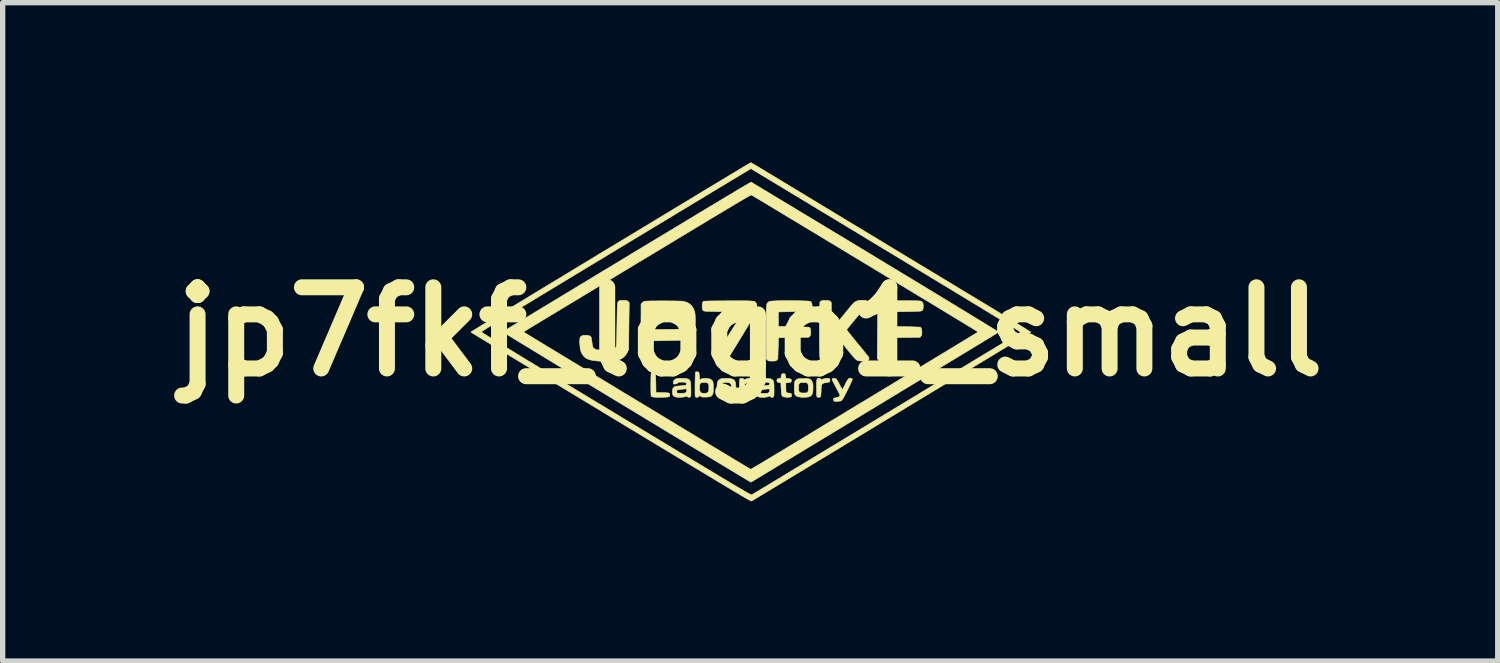
<source format=kicad_pcb>
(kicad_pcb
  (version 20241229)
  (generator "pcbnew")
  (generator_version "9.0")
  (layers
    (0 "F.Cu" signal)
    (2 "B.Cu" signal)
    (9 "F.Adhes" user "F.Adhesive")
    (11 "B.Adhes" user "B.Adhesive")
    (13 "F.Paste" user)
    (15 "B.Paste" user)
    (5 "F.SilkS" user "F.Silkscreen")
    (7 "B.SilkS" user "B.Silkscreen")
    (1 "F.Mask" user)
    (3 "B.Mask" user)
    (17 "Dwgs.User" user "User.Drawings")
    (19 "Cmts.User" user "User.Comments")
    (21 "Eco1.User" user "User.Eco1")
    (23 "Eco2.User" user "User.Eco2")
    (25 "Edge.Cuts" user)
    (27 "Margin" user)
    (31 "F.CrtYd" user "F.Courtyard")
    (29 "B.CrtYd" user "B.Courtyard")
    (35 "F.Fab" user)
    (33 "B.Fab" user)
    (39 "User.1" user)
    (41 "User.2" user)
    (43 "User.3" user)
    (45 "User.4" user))
  (footprint "jp7fkf_logo1_small"
    (layer "F.Cu")
    (at 11.038 3.18)
    (property "Reference" "jp7fkf_logo1_small" (at 0 0 0) (layer "F.SilkS") (effects (font (size 1.524 1.524) (thickness 0.3))))
    (attr through_hole)
    (fp_poly (pts (xy 0.022 0.873) (xy 0.038 0.876) (xy 0.041 0.879) (xy 0.05 0.895) (xy 0.052 0.915) (xy 0.048 0.932) (xy 0.047 0.933) (xy 0.035 0.941) (xy 0.011 0.948) (xy -0.021 0.955) (xy -0.051 0.961) (xy -0.074 0.967) (xy -0.09 0.976) (xy -0.101 0.99) (xy -0.108 1.011) (xy -0.111 1.041) (xy -0.114 1.082) (xy -0.115 1.108) (xy -0.116 1.145) (xy -0.118 1.178) (xy -0.121 1.203) (xy -0.123 1.218) (xy -0.124 1.221) (xy -0.14 1.228) (xy -0.161 1.231) (xy -0.181 1.228) (xy -0.188 1.223) (xy -0.193 1.215) (xy -0.196 1.2) (xy -0.199 1.175) (xy -0.2 1.157) (xy -0.202 1.109) (xy -0.204 1.058) (xy -0.204 1.008) (xy -0.202 0.962) (xy -0.2 0.925) (xy -0.199 0.914) (xy -0.194 0.878) (xy -0.165 0.876) (xy -0.142 0.877) (xy -0.127 0.885) (xy -0.124 0.888) (xy -0.116 0.896) (xy -0.109 0.898) (xy -0.096 0.895) (xy -0.08 0.888) (xy -0.057 0.88) (xy -0.029 0.875) (xy -0.002 0.872) (xy 0.022 0.873)) (stroke (width 0.01) (type solid)) (fill yes) (layer "F.SilkS"))
    (fp_poly (pts (xy -1.803 0.755) (xy -1.787 0.759) (xy -1.783 0.761) (xy -1.781 0.77) (xy -1.779 0.792) (xy -1.777 0.824) (xy -1.775 0.866) (xy -1.773 0.916) (xy -1.772 0.956) (xy -1.769 1.143) (xy -1.669 1.143) (xy -1.631 1.144) (xy -1.595 1.145) (xy -1.565 1.147) (xy -1.544 1.148) (xy -1.542 1.149) (xy -1.524 1.153) (xy -1.515 1.16) (xy -1.512 1.174) (xy -1.511 1.183) (xy -1.511 1.204) (xy -1.516 1.215) (xy -1.524 1.22) (xy -1.537 1.224) (xy -1.561 1.226) (xy -1.594 1.229) (xy -1.632 1.23) (xy -1.674 1.231) (xy -1.715 1.232) (xy -1.753 1.231) (xy -1.786 1.229) (xy -1.794 1.229) (xy -1.821 1.225) (xy -1.843 1.22) (xy -1.856 1.215) (xy -1.857 1.215) (xy -1.86 1.205) (xy -1.862 1.184) (xy -1.864 1.153) (xy -1.865 1.113) (xy -1.866 1.069) (xy -1.866 1.021) (xy -1.866 0.971) (xy -1.865 0.922) (xy -1.865 0.876) (xy -1.863 0.835) (xy -1.862 0.801) (xy -1.86 0.775) (xy -1.857 0.762) (xy -1.856 0.76) (xy -1.844 0.755) (xy -1.824 0.753) (xy -1.803 0.755)) (stroke (width 0.01) (type solid)) (fill yes) (layer "F.SilkS"))
    (fp_poly (pts (xy 1.313 0.878) (xy 1.325 0.887) (xy 1.326 0.889) (xy 1.331 0.897) (xy 1.338 0.899) (xy 1.35 0.895) (xy 1.364 0.889) (xy 1.403 0.878) (xy 1.441 0.875) (xy 1.467 0.875) (xy 1.482 0.878) (xy 1.491 0.882) (xy 1.495 0.89) (xy 1.498 0.908) (xy 1.497 0.925) (xy 1.493 0.938) (xy 1.484 0.945) (xy 1.465 0.949) (xy 1.421 0.956) (xy 1.388 0.962) (xy 1.365 0.971) (xy 1.35 0.984) (xy 1.341 1.003) (xy 1.336 1.03) (xy 1.333 1.067) (xy 1.332 1.107) (xy 1.33 1.144) (xy 1.328 1.177) (xy 1.325 1.203) (xy 1.323 1.218) (xy 1.322 1.221) (xy 1.305 1.229) (xy 1.284 1.232) (xy 1.264 1.228) (xy 1.26 1.226) (xy 1.256 1.222) (xy 1.252 1.215) (xy 1.25 1.205) (xy 1.248 1.189) (xy 1.247 1.166) (xy 1.246 1.133) (xy 1.246 1.089) (xy 1.246 1.057) (xy 1.246 1.002) (xy 1.246 0.959) (xy 1.248 0.927) (xy 1.25 0.904) (xy 1.255 0.89) (xy 1.261 0.881) (xy 1.27 0.876) (xy 1.283 0.875) (xy 1.292 0.875) (xy 1.313 0.878)) (stroke (width 0.01) (type solid)) (fill yes) (layer "F.SilkS"))
    (fp_poly (pts (xy 0.641 0.788) (xy 0.649 0.791) (xy 0.655 0.798) (xy 0.66 0.812) (xy 0.664 0.835) (xy 0.667 0.848) (xy 0.671 0.873) (xy 0.717 0.879) (xy 0.749 0.885) (xy 0.768 0.894) (xy 0.776 0.907) (xy 0.774 0.925) (xy 0.772 0.929) (xy 0.761 0.946) (xy 0.748 0.951) (xy 0.729 0.953) (xy 0.706 0.956) (xy 0.7 0.957) (xy 0.67 0.96) (xy 0.67 1.047) (xy 0.671 1.089) (xy 0.673 1.118) (xy 0.676 1.135) (xy 0.679 1.141) (xy 0.691 1.146) (xy 0.711 1.15) (xy 0.726 1.152) (xy 0.749 1.156) (xy 0.765 1.16) (xy 0.771 1.163) (xy 0.776 1.175) (xy 0.777 1.193) (xy 0.776 1.211) (xy 0.772 1.22) (xy 0.761 1.225) (xy 0.74 1.228) (xy 0.715 1.231) (xy 0.69 1.231) (xy 0.674 1.23) (xy 0.635 1.223) (xy 0.608 1.212) (xy 0.594 1.197) (xy 0.594 1.196) (xy 0.591 1.183) (xy 0.588 1.159) (xy 0.585 1.127) (xy 0.582 1.089) (xy 0.581 1.07) (xy 0.576 0.961) (xy 0.548 0.956) (xy 0.522 0.95) (xy 0.507 0.94) (xy 0.501 0.923) (xy 0.501 0.913) (xy 0.505 0.893) (xy 0.519 0.88) (xy 0.544 0.875) (xy 0.553 0.875) (xy 0.57 0.874) (xy 0.577 0.868) (xy 0.579 0.853) (xy 0.579 0.851) (xy 0.583 0.818) (xy 0.595 0.796) (xy 0.614 0.786) (xy 0.641 0.788)) (stroke (width 0.01) (type solid)) (fill yes) (layer "F.SilkS"))
    (fp_poly (pts (xy 1.905 0.877) (xy 1.917 0.887) (xy 1.919 0.895) (xy 1.916 0.905) (xy 1.907 0.925) (xy 1.894 0.954) (xy 1.878 0.99) (xy 1.859 1.029) (xy 1.838 1.072) (xy 1.817 1.114) (xy 1.796 1.155) (xy 1.777 1.192) (xy 1.76 1.223) (xy 1.749 1.243) (xy 1.734 1.267) (xy 1.719 1.286) (xy 1.707 1.297) (xy 1.705 1.298) (xy 1.687 1.302) (xy 1.66 1.305) (xy 1.631 1.308) (xy 1.605 1.308) (xy 1.589 1.307) (xy 1.573 1.298) (xy 1.564 1.281) (xy 1.564 1.262) (xy 1.566 1.256) (xy 1.58 1.245) (xy 1.606 1.239) (xy 1.607 1.238) (xy 1.646 1.23) (xy 1.673 1.215) (xy 1.682 1.205) (xy 1.685 1.195) (xy 1.682 1.182) (xy 1.674 1.162) (xy 1.665 1.145) (xy 1.631 1.082) (xy 1.604 1.03) (xy 1.582 0.989) (xy 1.566 0.956) (xy 1.553 0.932) (xy 1.545 0.914) (xy 1.54 0.901) (xy 1.538 0.893) (xy 1.538 0.888) (xy 1.539 0.884) (xy 1.541 0.882) (xy 1.559 0.875) (xy 1.583 0.874) (xy 1.605 0.879) (xy 1.616 0.887) (xy 1.624 0.897) (xy 1.637 0.918) (xy 1.653 0.946) (xy 1.671 0.978) (xy 1.676 0.988) (xy 1.693 1.02) (xy 1.708 1.048) (xy 1.721 1.069) (xy 1.728 1.081) (xy 1.729 1.083) (xy 1.734 1.079) (xy 1.745 1.064) (xy 1.759 1.039) (xy 1.776 1.004) (xy 1.778 1.001) (xy 1.799 0.957) (xy 1.816 0.924) (xy 1.831 0.901) (xy 1.843 0.886) (xy 1.854 0.877) (xy 1.866 0.872) (xy 1.886 0.871) (xy 1.905 0.877)) (stroke (width 0.01) (type solid)) (fill yes) (layer "F.SilkS"))
    (fp_poly (pts (xy -0.395 0.877) (xy -0.351 0.883) (xy -0.319 0.896) (xy -0.295 0.916) (xy -0.28 0.944) (xy -0.271 0.983) (xy -0.269 1.033) (xy -0.269 1.077) (xy -0.273 1.122) (xy -0.278 1.155) (xy -0.287 1.18) (xy -0.3 1.197) (xy -0.318 1.209) (xy -0.327 1.213) (xy -0.353 1.221) (xy -0.39 1.227) (xy -0.431 1.23) (xy -0.473 1.231) (xy -0.512 1.228) (xy -0.518 1.228) (xy -0.552 1.221) (xy -0.579 1.209) (xy -0.598 1.19) (xy -0.611 1.163) (xy -0.619 1.127) (xy -0.622 1.079) (xy -0.623 1.054) (xy -0.536 1.054) (xy -0.536 1.085) (xy -0.535 1.106) (xy -0.532 1.119) (xy -0.527 1.127) (xy -0.518 1.135) (xy -0.518 1.135) (xy -0.505 1.143) (xy -0.489 1.148) (xy -0.466 1.15) (xy -0.443 1.15) (xy -0.414 1.15) (xy -0.395 1.148) (xy -0.383 1.143) (xy -0.373 1.135) (xy -0.37 1.133) (xy -0.362 1.123) (xy -0.356 1.112) (xy -0.354 1.096) (xy -0.353 1.072) (xy -0.353 1.055) (xy -0.353 1.025) (xy -0.355 1.005) (xy -0.358 0.992) (xy -0.365 0.982) (xy -0.373 0.973) (xy -0.385 0.963) (xy -0.397 0.956) (xy -0.412 0.953) (xy -0.436 0.953) (xy -0.448 0.953) (xy -0.476 0.953) (xy -0.495 0.955) (xy -0.507 0.96) (xy -0.518 0.969) (xy -0.519 0.97) (xy -0.527 0.979) (xy -0.532 0.989) (xy -0.535 1.004) (xy -0.536 1.027) (xy -0.536 1.054) (xy -0.623 1.054) (xy -0.623 1.052) (xy -0.622 1.004) (xy -0.619 0.967) (xy -0.612 0.939) (xy -0.602 0.919) (xy -0.586 0.904) (xy -0.565 0.891) (xy -0.565 0.891) (xy -0.549 0.884) (xy -0.533 0.879) (xy -0.513 0.876) (xy -0.485 0.875) (xy -0.45 0.875) (xy -0.395 0.877)) (stroke (width 0.01) (type solid)) (fill yes) (layer "F.SilkS"))
    (fp_poly (pts (xy 1.048 0.879) (xy 1.083 0.881) (xy 1.109 0.885) (xy 1.127 0.893) (xy 1.141 0.905) (xy 1.153 0.922) (xy 1.164 0.942) (xy 1.171 0.958) (xy 1.176 0.974) (xy 1.179 0.993) (xy 1.18 1.019) (xy 1.18 1.055) (xy 1.18 1.056) (xy 1.178 1.108) (xy 1.171 1.149) (xy 1.16 1.179) (xy 1.142 1.201) (xy 1.122 1.214) (xy 1.093 1.224) (xy 1.053 1.229) (xy 1.004 1.231) (xy 0.95 1.229) (xy 0.948 1.228) (xy 0.909 1.223) (xy 0.879 1.214) (xy 0.858 1.2) (xy 0.841 1.18) (xy 0.837 1.171) (xy 0.833 1.158) (xy 0.831 1.14) (xy 0.83 1.114) (xy 0.829 1.077) (xy 0.829 1.054) (xy 0.829 1.051) (xy 0.91 1.051) (xy 0.91 1.082) (xy 0.912 1.103) (xy 0.915 1.116) (xy 0.921 1.126) (xy 0.927 1.133) (xy 0.937 1.141) (xy 0.949 1.146) (xy 0.965 1.149) (xy 0.989 1.15) (xy 1.005 1.15) (xy 1.038 1.149) (xy 1.06 1.147) (xy 1.072 1.142) (xy 1.075 1.139) (xy 1.086 1.12) (xy 1.092 1.088) (xy 1.093 1.043) (xy 1.092 1.029) (xy 1.089 0.997) (xy 1.082 0.975) (xy 1.069 0.962) (xy 1.047 0.955) (xy 1.014 0.953) (xy 1.001 0.953) (xy 0.972 0.953) (xy 0.953 0.955) (xy 0.94 0.959) (xy 0.93 0.967) (xy 0.927 0.97) (xy 0.919 0.979) (xy 0.914 0.99) (xy 0.911 1.005) (xy 0.91 1.028) (xy 0.91 1.051) (xy 0.829 1.051) (xy 0.829 1.012) (xy 0.83 0.982) (xy 0.831 0.961) (xy 0.834 0.946) (xy 0.838 0.936) (xy 0.843 0.927) (xy 0.844 0.927) (xy 0.858 0.909) (xy 0.871 0.896) (xy 0.886 0.888) (xy 0.906 0.882) (xy 0.933 0.88) (xy 0.97 0.879) (xy 1.002 0.878) (xy 1.048 0.879)) (stroke (width 0.01) (type solid)) (fill yes) (layer "F.SilkS"))
    (fp_poly (pts (xy -2.353 -0.589) (xy -2.331 -0.588) (xy -2.317 -0.585) (xy -2.307 -0.58) (xy -2.297 -0.572) (xy -2.293 -0.568) (xy -2.272 -0.547) (xy -2.283 0.335) (xy -2.309 0.389) (xy -2.341 0.441) (xy -2.381 0.482) (xy -2.43 0.513) (xy -2.488 0.533) (xy -2.54 0.543) (xy -2.6 0.548) (xy -2.669 0.551) (xy -2.742 0.553) (xy -2.813 0.552) (xy -2.85 0.55) (xy -2.926 0.543) (xy -2.99 0.532) (xy -3.042 0.516) (xy -3.086 0.494) (xy -3.121 0.465) (xy -3.149 0.429) (xy -3.164 0.404) (xy -3.177 0.373) (xy -3.186 0.339) (xy -3.194 0.298) (xy -3.199 0.247) (xy -3.2 0.225) (xy -3.202 0.174) (xy -3.2 0.135) (xy -3.193 0.107) (xy -3.179 0.088) (xy -3.159 0.075) (xy -3.131 0.068) (xy -3.103 0.065) (xy -3.056 0.066) (xy -3.02 0.075) (xy -2.995 0.092) (xy -2.989 0.1) (xy -2.985 0.114) (xy -2.979 0.138) (xy -2.974 0.17) (xy -2.971 0.198) (xy -2.966 0.24) (xy -2.961 0.27) (xy -2.952 0.292) (xy -2.94 0.308) (xy -2.924 0.321) (xy -2.91 0.328) (xy -2.899 0.333) (xy -2.888 0.336) (xy -2.872 0.339) (xy -2.852 0.341) (xy -2.824 0.342) (xy -2.786 0.342) (xy -2.738 0.342) (xy -2.688 0.342) (xy -2.651 0.342) (xy -2.623 0.341) (xy -2.603 0.339) (xy -2.588 0.337) (xy -2.577 0.333) (xy -2.566 0.328) (xy -2.565 0.327) (xy -2.552 0.321) (xy -2.542 0.315) (xy -2.533 0.307) (xy -2.526 0.298) (xy -2.521 0.285) (xy -2.516 0.268) (xy -2.513 0.244) (xy -2.51 0.214) (xy -2.509 0.175) (xy -2.507 0.127) (xy -2.506 0.068) (xy -2.505 -0.002) (xy -2.504 -0.067) (xy -2.502 -0.161) (xy -2.501 -0.242) (xy -2.5 -0.311) (xy -2.499 -0.368) (xy -2.498 -0.416) (xy -2.496 -0.455) (xy -2.495 -0.486) (xy -2.494 -0.51) (xy -2.492 -0.528) (xy -2.49 -0.542) (xy -2.487 -0.551) (xy -2.484 -0.558) (xy -2.481 -0.563) (xy -2.477 -0.567) (xy -2.474 -0.57) (xy -2.465 -0.579) (xy -2.455 -0.584) (xy -2.441 -0.587) (xy -2.421 -0.589) (xy -2.391 -0.589) (xy -2.385 -0.589) (xy -2.353 -0.589)) (stroke (width 0.01) (type solid)) (fill yes) (layer "F.SilkS"))
    (fp_poly (pts (xy -0.979 0.754) (xy -0.966 0.759) (xy -0.966 0.76) (xy -0.962 0.77) (xy -0.959 0.79) (xy -0.956 0.817) (xy -0.955 0.832) (xy -0.952 0.86) (xy -0.949 0.882) (xy -0.947 0.894) (xy -0.945 0.896) (xy -0.936 0.894) (xy -0.919 0.887) (xy -0.913 0.885) (xy -0.885 0.878) (xy -0.849 0.875) (xy -0.811 0.876) (xy -0.775 0.882) (xy -0.746 0.891) (xy -0.739 0.895) (xy -0.722 0.908) (xy -0.709 0.923) (xy -0.7 0.943) (xy -0.695 0.969) (xy -0.692 1.005) (xy -0.691 1.052) (xy -0.692 1.1) (xy -0.695 1.135) (xy -0.7 1.162) (xy -0.709 1.182) (xy -0.722 1.198) (xy -0.736 1.21) (xy -0.748 1.217) (xy -0.763 1.221) (xy -0.784 1.224) (xy -0.815 1.226) (xy -0.829 1.227) (xy -0.864 1.227) (xy -0.887 1.227) (xy -0.904 1.224) (xy -0.917 1.22) (xy -0.928 1.213) (xy -0.946 1.204) (xy -0.957 1.204) (xy -0.965 1.215) (xy -0.968 1.222) (xy -0.977 1.228) (xy -0.994 1.231) (xy -1.012 1.23) (xy -1.025 1.226) (xy -1.029 1.223) (xy -1.031 1.217) (xy -1.033 1.208) (xy -1.035 1.194) (xy -1.036 1.173) (xy -1.036 1.144) (xy -1.036 1.106) (xy -1.036 1.056) (xy -1.036 1.053) (xy -0.952 1.053) (xy -0.95 1.092) (xy -0.943 1.119) (xy -0.931 1.138) (xy -0.917 1.148) (xy -0.894 1.155) (xy -0.864 1.157) (xy -0.832 1.154) (xy -0.812 1.149) (xy -0.797 1.141) (xy -0.786 1.129) (xy -0.78 1.11) (xy -0.777 1.081) (xy -0.776 1.047) (xy -0.776 1.017) (xy -0.778 0.997) (xy -0.782 0.984) (xy -0.789 0.974) (xy -0.793 0.97) (xy -0.805 0.96) (xy -0.818 0.955) (xy -0.837 0.953) (xy -0.86 0.953) (xy -0.886 0.953) (xy -0.908 0.955) (xy -0.92 0.957) (xy -0.936 0.97) (xy -0.947 0.996) (xy -0.952 1.033) (xy -0.952 1.053) (xy -1.036 1.053) (xy -1.036 0.994) (xy -1.036 0.99) (xy -1.035 0.935) (xy -1.034 0.884) (xy -1.033 0.839) (xy -1.032 0.803) (xy -1.03 0.776) (xy -1.029 0.761) (xy -1.028 0.758) (xy -1.016 0.753) (xy -0.998 0.752) (xy -0.979 0.754)) (stroke (width 0.01) (type solid)) (fill yes) (layer "F.SilkS"))
    (fp_poly (pts (xy 0.315 0.879) (xy 0.345 0.879) (xy 0.367 0.881) (xy 0.382 0.884) (xy 0.394 0.889) (xy 0.402 0.893) (xy 0.417 0.902) (xy 0.428 0.913) (xy 0.436 0.927) (xy 0.441 0.946) (xy 0.445 0.971) (xy 0.447 1.006) (xy 0.447 1.053) (xy 0.448 1.082) (xy 0.448 1.128) (xy 0.447 1.163) (xy 0.447 1.187) (xy 0.445 1.204) (xy 0.443 1.214) (xy 0.439 1.221) (xy 0.434 1.225) (xy 0.413 1.234) (xy 0.393 1.229) (xy 0.381 1.219) (xy 0.37 1.209) (xy 0.361 1.208) (xy 0.347 1.215) (xy 0.346 1.216) (xy 0.328 1.222) (xy 0.3 1.227) (xy 0.266 1.231) (xy 0.23 1.232) (xy 0.198 1.231) (xy 0.18 1.229) (xy 0.144 1.218) (xy 0.12 1.201) (xy 0.105 1.175) (xy 0.099 1.14) (xy 0.099 1.124) (xy 0.1 1.116) (xy 0.178 1.116) (xy 0.182 1.132) (xy 0.187 1.141) (xy 0.194 1.149) (xy 0.202 1.153) (xy 0.216 1.156) (xy 0.239 1.157) (xy 0.265 1.157) (xy 0.297 1.157) (xy 0.318 1.155) (xy 0.332 1.152) (xy 0.342 1.147) (xy 0.35 1.14) (xy 0.364 1.117) (xy 0.367 1.097) (xy 0.367 1.086) (xy 0.365 1.079) (xy 0.36 1.075) (xy 0.348 1.073) (xy 0.329 1.074) (xy 0.298 1.078) (xy 0.277 1.08) (xy 0.233 1.086) (xy 0.202 1.094) (xy 0.184 1.104) (xy 0.178 1.116) (xy 0.1 1.116) (xy 0.103 1.085) (xy 0.116 1.054) (xy 0.136 1.033) (xy 0.14 1.03) (xy 0.153 1.027) (xy 0.176 1.023) (xy 0.207 1.019) (xy 0.242 1.016) (xy 0.248 1.015) (xy 0.292 1.011) (xy 0.324 1.007) (xy 0.346 1.003) (xy 0.359 0.997) (xy 0.365 0.989) (xy 0.367 0.981) (xy 0.364 0.966) (xy 0.354 0.955) (xy 0.335 0.949) (xy 0.305 0.946) (xy 0.28 0.945) (xy 0.249 0.946) (xy 0.229 0.947) (xy 0.215 0.951) (xy 0.205 0.957) (xy 0.196 0.964) (xy 0.174 0.979) (xy 0.149 0.984) (xy 0.126 0.979) (xy 0.115 0.972) (xy 0.109 0.964) (xy 0.109 0.954) (xy 0.115 0.939) (xy 0.117 0.934) (xy 0.128 0.914) (xy 0.14 0.9) (xy 0.155 0.89) (xy 0.176 0.883) (xy 0.205 0.88) (xy 0.244 0.879) (xy 0.274 0.878) (xy 0.315 0.879)) (stroke (width 0.01) (type solid)) (fill yes) (layer "F.SilkS"))
    (fp_poly (pts (xy -1.264 0.876) (xy -1.225 0.878) (xy -1.197 0.881) (xy -1.177 0.885) (xy -1.162 0.89) (xy -1.157 0.893) (xy -1.143 0.903) (xy -1.133 0.914) (xy -1.126 0.93) (xy -1.12 0.953) (xy -1.117 0.983) (xy -1.115 1.024) (xy -1.114 1.076) (xy -1.114 1.088) (xy -1.113 1.133) (xy -1.113 1.167) (xy -1.114 1.191) (xy -1.116 1.206) (xy -1.118 1.216) (xy -1.122 1.222) (xy -1.126 1.225) (xy -1.145 1.232) (xy -1.167 1.228) (xy -1.184 1.217) (xy -1.193 1.212) (xy -1.206 1.213) (xy -1.217 1.217) (xy -1.24 1.224) (xy -1.273 1.228) (xy -1.311 1.231) (xy -1.348 1.231) (xy -1.379 1.228) (xy -1.38 1.228) (xy -1.414 1.22) (xy -1.437 1.208) (xy -1.451 1.189) (xy -1.458 1.161) (xy -1.46 1.123) (xy -1.383 1.123) (xy -1.379 1.14) (xy -1.371 1.15) (xy -1.358 1.153) (xy -1.334 1.155) (xy -1.303 1.156) (xy -1.29 1.155) (xy -1.256 1.154) (xy -1.233 1.152) (xy -1.218 1.147) (xy -1.208 1.141) (xy -1.207 1.14) (xy -1.199 1.128) (xy -1.194 1.11) (xy -1.192 1.092) (xy -1.193 1.078) (xy -1.199 1.072) (xy -1.217 1.073) (xy -1.243 1.076) (xy -1.274 1.079) (xy -1.305 1.083) (xy -1.334 1.087) (xy -1.356 1.091) (xy -1.367 1.094) (xy -1.379 1.105) (xy -1.383 1.123) (xy -1.46 1.123) (xy -1.46 1.122) (xy -1.459 1.093) (xy -1.456 1.073) (xy -1.448 1.059) (xy -1.446 1.056) (xy -1.435 1.044) (xy -1.424 1.035) (xy -1.409 1.028) (xy -1.388 1.023) (xy -1.359 1.02) (xy -1.319 1.016) (xy -1.311 1.015) (xy -1.267 1.011) (xy -1.235 1.007) (xy -1.213 1.003) (xy -1.2 0.997) (xy -1.194 0.99) (xy -1.192 0.982) (xy -1.196 0.966) (xy -1.208 0.955) (xy -1.231 0.948) (xy -1.265 0.946) (xy -1.281 0.945) (xy -1.312 0.946) (xy -1.332 0.947) (xy -1.345 0.951) (xy -1.356 0.958) (xy -1.361 0.962) (xy -1.377 0.975) (xy -1.395 0.981) (xy -1.42 0.982) (xy -1.427 0.982) (xy -1.44 0.98) (xy -1.445 0.972) (xy -1.446 0.956) (xy -1.446 0.953) (xy -1.444 0.933) (xy -1.435 0.917) (xy -1.422 0.904) (xy -1.406 0.892) (xy -1.388 0.883) (xy -1.367 0.878) (xy -1.339 0.875) (xy -1.301 0.875) (xy -1.264 0.876)) (stroke (width 0.01) (type solid)) (fill yes) (layer "F.SilkS"))
    (fp_poly (pts (xy 0.762 -0.584) (xy 0.824 -0.583) (xy 0.884 -0.583) (xy 0.942 -0.581) (xy 0.995 -0.58) (xy 1.042 -0.578) (xy 1.08 -0.577) (xy 1.109 -0.574) (xy 1.126 -0.572) (xy 1.129 -0.571) (xy 1.146 -0.555) (xy 1.157 -0.53) (xy 1.163 -0.499) (xy 1.163 -0.466) (xy 1.158 -0.434) (xy 1.147 -0.408) (xy 1.131 -0.391) (xy 1.129 -0.39) (xy 1.112 -0.386) (xy 1.081 -0.383) (xy 1.036 -0.381) (xy 1.012 -0.381) (xy 0.977 -0.381) (xy 0.93 -0.38) (xy 0.877 -0.38) (xy 0.819 -0.378) (xy 0.76 -0.377) (xy 0.721 -0.376) (xy 0.529 -0.372) (xy 0.529 -0.101) (xy 0.813 -0.096) (xy 0.877 -0.094) (xy 0.937 -0.093) (xy 0.99 -0.091) (xy 1.035 -0.089) (xy 1.071 -0.087) (xy 1.096 -0.086) (xy 1.109 -0.084) (xy 1.11 -0.084) (xy 1.122 -0.072) (xy 1.13 -0.053) (xy 1.135 -0.023) (xy 1.136 0.013) (xy 1.136 0.042) (xy 1.134 0.06) (xy 1.129 0.072) (xy 1.121 0.082) (xy 1.117 0.086) (xy 1.097 0.104) (xy 0.816 0.108) (xy 0.754 0.109) (xy 0.697 0.11) (xy 0.646 0.111) (xy 0.603 0.112) (xy 0.569 0.113) (xy 0.545 0.114) (xy 0.533 0.114) (xy 0.532 0.115) (xy 0.532 0.122) (xy 0.53 0.142) (xy 0.529 0.172) (xy 0.528 0.21) (xy 0.527 0.256) (xy 0.525 0.307) (xy 0.525 0.314) (xy 0.52 0.511) (xy 0.5 0.531) (xy 0.491 0.54) (xy 0.481 0.545) (xy 0.468 0.549) (xy 0.448 0.55) (xy 0.418 0.55) (xy 0.411 0.55) (xy 0.379 0.55) (xy 0.358 0.549) (xy 0.344 0.546) (xy 0.334 0.541) (xy 0.325 0.533) (xy 0.322 0.53) (xy 0.303 0.511) (xy 0.302 0.007) (xy 0.302 -0.092) (xy 0.302 -0.177) (xy 0.302 -0.251) (xy 0.302 -0.313) (xy 0.302 -0.365) (xy 0.303 -0.408) (xy 0.304 -0.443) (xy 0.306 -0.471) (xy 0.308 -0.493) (xy 0.311 -0.509) (xy 0.314 -0.522) (xy 0.318 -0.532) (xy 0.323 -0.539) (xy 0.329 -0.546) (xy 0.336 -0.552) (xy 0.342 -0.557) (xy 0.349 -0.563) (xy 0.357 -0.568) (xy 0.368 -0.571) (xy 0.384 -0.574) (xy 0.407 -0.576) (xy 0.44 -0.578) (xy 0.484 -0.58) (xy 0.493 -0.581) (xy 0.535 -0.582) (xy 0.585 -0.583) (xy 0.64 -0.584) (xy 0.7 -0.584) (xy 0.762 -0.584)) (stroke (width 0.01) (type solid)) (fill yes) (layer "F.SilkS"))
    (fp_poly (pts (xy 2.987 -0.582) (xy 3.043 -0.582) (xy 3.089 -0.581) (xy 3.126 -0.581) (xy 3.154 -0.58) (xy 3.176 -0.579) (xy 3.191 -0.578) (xy 3.202 -0.576) (xy 3.21 -0.574) (xy 3.216 -0.571) (xy 3.221 -0.568) (xy 3.222 -0.567) (xy 3.239 -0.549) (xy 3.248 -0.522) (xy 3.25 -0.486) (xy 3.249 -0.46) (xy 3.247 -0.44) (xy 3.244 -0.423) (xy 3.24 -0.41) (xy 3.232 -0.4) (xy 3.219 -0.393) (xy 3.2 -0.388) (xy 3.173 -0.385) (xy 3.136 -0.383) (xy 3.089 -0.382) (xy 3.029 -0.38) (xy 3.019 -0.38) (xy 2.96 -0.379) (xy 2.901 -0.378) (xy 2.843 -0.377) (xy 2.791 -0.376) (xy 2.746 -0.375) (xy 2.718 -0.375) (xy 2.618 -0.374) (xy 2.618 -0.101) (xy 2.901 -0.096) (xy 2.968 -0.094) (xy 3.029 -0.093) (xy 3.082 -0.091) (xy 3.127 -0.089) (xy 3.162 -0.088) (xy 3.186 -0.086) (xy 3.198 -0.084) (xy 3.198 -0.084) (xy 3.211 -0.072) (xy 3.219 -0.052) (xy 3.223 -0.021) (xy 3.224 0.011) (xy 3.224 0.039) (xy 3.221 0.058) (xy 3.215 0.072) (xy 3.207 0.083) (xy 3.19 0.104) (xy 2.906 0.108) (xy 2.845 0.109) (xy 2.787 0.11) (xy 2.736 0.111) (xy 2.692 0.112) (xy 2.658 0.113) (xy 2.634 0.114) (xy 2.622 0.114) (xy 2.621 0.114) (xy 2.62 0.122) (xy 2.619 0.141) (xy 2.618 0.172) (xy 2.616 0.21) (xy 2.615 0.256) (xy 2.614 0.307) (xy 2.613 0.314) (xy 2.608 0.511) (xy 2.589 0.531) (xy 2.579 0.54) (xy 2.57 0.545) (xy 2.557 0.548) (xy 2.538 0.55) (xy 2.51 0.55) (xy 2.496 0.55) (xy 2.424 0.549) (xy 2.405 0.526) (xy 2.386 0.503) (xy 2.39 -0.008) (xy 2.391 -0.108) (xy 2.392 -0.194) (xy 2.393 -0.268) (xy 2.394 -0.332) (xy 2.395 -0.384) (xy 2.396 -0.428) (xy 2.398 -0.463) (xy 2.4 -0.491) (xy 2.403 -0.513) (xy 2.406 -0.529) (xy 2.41 -0.541) (xy 2.415 -0.55) (xy 2.421 -0.556) (xy 2.428 -0.56) (xy 2.436 -0.564) (xy 2.445 -0.568) (xy 2.446 -0.569) (xy 2.453 -0.572) (xy 2.46 -0.574) (xy 2.471 -0.576) (xy 2.484 -0.578) (xy 2.503 -0.579) (xy 2.527 -0.58) (xy 2.559 -0.581) (xy 2.599 -0.581) (xy 2.649 -0.582) (xy 2.709 -0.582) (xy 2.782 -0.582) (xy 2.838 -0.582) (xy 2.919 -0.582) (xy 2.987 -0.582)) (stroke (width 0.01) (type solid)) (fill yes) (layer "F.SilkS"))
    (fp_poly (pts (xy -0.158 -0.581) (xy -0.099 -0.581) (xy -0.051 -0.58) (xy -0.011 -0.579) (xy 0.021 -0.577) (xy 0.046 -0.575) (xy 0.065 -0.572) (xy 0.079 -0.568) (xy 0.089 -0.564) (xy 0.097 -0.558) (xy 0.103 -0.551) (xy 0.108 -0.543) (xy 0.114 -0.534) (xy 0.121 -0.521) (xy 0.124 -0.506) (xy 0.125 -0.486) (xy 0.123 -0.457) (xy 0.123 -0.455) (xy 0.122 -0.44) (xy 0.121 -0.427) (xy 0.119 -0.414) (xy 0.116 -0.401) (xy 0.112 -0.386) (xy 0.106 -0.37) (xy 0.097 -0.35) (xy 0.085 -0.327) (xy 0.071 -0.3) (xy 0.052 -0.267) (xy 0.029 -0.228) (xy 0.002 -0.181) (xy -0.031 -0.127) (xy -0.069 -0.064) (xy -0.113 0.009) (xy -0.163 0.092) (xy -0.215 0.176) (xy -0.252 0.238) (xy -0.288 0.296) (xy -0.321 0.35) (xy -0.351 0.399) (xy -0.377 0.44) (xy -0.399 0.473) (xy -0.414 0.498) (xy -0.424 0.512) (xy -0.426 0.514) (xy -0.443 0.529) (xy -0.459 0.539) (xy -0.478 0.546) (xy -0.507 0.55) (xy -0.541 0.553) (xy -0.575 0.553) (xy -0.6 0.551) (xy -0.632 0.544) (xy -0.654 0.533) (xy -0.664 0.517) (xy -0.664 0.495) (xy -0.653 0.465) (xy -0.633 0.425) (xy -0.632 0.423) (xy -0.623 0.408) (xy -0.607 0.382) (xy -0.584 0.346) (xy -0.557 0.302) (xy -0.525 0.251) (xy -0.489 0.195) (xy -0.451 0.134) (xy -0.41 0.069) (xy -0.371 0.009) (xy -0.33 -0.056) (xy -0.292 -0.117) (xy -0.256 -0.174) (xy -0.224 -0.226) (xy -0.196 -0.271) (xy -0.173 -0.308) (xy -0.156 -0.336) (xy -0.145 -0.355) (xy -0.141 -0.363) (xy -0.141 -0.363) (xy -0.143 -0.367) (xy -0.149 -0.369) (xy -0.161 -0.371) (xy -0.18 -0.373) (xy -0.208 -0.374) (xy -0.246 -0.374) (xy -0.297 -0.375) (xy -0.326 -0.375) (xy -0.39 -0.375) (xy -0.462 -0.376) (xy -0.536 -0.377) (xy -0.609 -0.378) (xy -0.673 -0.38) (xy -0.689 -0.38) (xy -0.744 -0.381) (xy -0.787 -0.383) (xy -0.818 -0.384) (xy -0.842 -0.386) (xy -0.858 -0.388) (xy -0.868 -0.39) (xy -0.876 -0.394) (xy -0.881 -0.398) (xy -0.883 -0.4) (xy -0.892 -0.412) (xy -0.898 -0.427) (xy -0.901 -0.449) (xy -0.902 -0.469) (xy -0.901 -0.514) (xy -0.895 -0.546) (xy -0.881 -0.567) (xy -0.873 -0.572) (xy -0.863 -0.574) (xy -0.838 -0.576) (xy -0.799 -0.577) (xy -0.747 -0.578) (xy -0.68 -0.579) (xy -0.599 -0.58) (xy -0.504 -0.58) (xy -0.403 -0.581) (xy -0.309 -0.581) (xy -0.227 -0.581) (xy -0.158 -0.581)) (stroke (width 0.01) (type solid)) (fill yes) (layer "F.SilkS"))
    (fp_poly (pts (xy -1.58 -0.58) (xy -1.517 -0.579) (xy -1.457 -0.579) (xy -1.401 -0.578) (xy -1.352 -0.577) (xy -1.31 -0.576) (xy -1.278 -0.574) (xy -1.257 -0.572) (xy -1.252 -0.572) (xy -1.191 -0.553) (xy -1.139 -0.525) (xy -1.098 -0.486) (xy -1.066 -0.438) (xy -1.044 -0.379) (xy -1.041 -0.365) (xy -1.036 -0.337) (xy -1.033 -0.298) (xy -1.031 -0.253) (xy -1.03 -0.204) (xy -1.031 -0.156) (xy -1.033 -0.112) (xy -1.037 -0.076) (xy -1.038 -0.071) (xy -1.054 -0.009) (xy -1.081 0.044) (xy -1.118 0.089) (xy -1.164 0.123) (xy -1.219 0.147) (xy -1.25 0.154) (xy -1.266 0.156) (xy -1.294 0.158) (xy -1.332 0.16) (xy -1.38 0.162) (xy -1.433 0.163) (xy -1.492 0.165) (xy -1.554 0.166) (xy -1.557 0.166) (xy -1.825 0.171) (xy -1.83 0.34) (xy -1.832 0.389) (xy -1.834 0.433) (xy -1.836 0.471) (xy -1.838 0.5) (xy -1.841 0.518) (xy -1.842 0.523) (xy -1.853 0.536) (xy -1.871 0.544) (xy -1.898 0.549) (xy -1.937 0.55) (xy -1.943 0.55) (xy -1.976 0.549) (xy -1.999 0.546) (xy -2.017 0.54) (xy -2.023 0.536) (xy -2.039 0.523) (xy -2.049 0.508) (xy -2.05 0.506) (xy -2.05 0.497) (xy -2.051 0.474) (xy -2.051 0.44) (xy -2.052 0.395) (xy -2.052 0.341) (xy -2.052 0.278) (xy -2.052 0.208) (xy -2.052 0.133) (xy -2.052 0.052) (xy -2.052 -0.015) (xy -2.05 -0.367) (xy -1.827 -0.367) (xy -1.827 -0.042) (xy -1.582 -0.044) (xy -1.516 -0.044) (xy -1.462 -0.045) (xy -1.419 -0.046) (xy -1.386 -0.047) (xy -1.361 -0.048) (xy -1.343 -0.05) (xy -1.33 -0.052) (xy -1.321 -0.055) (xy -1.315 -0.058) (xy -1.297 -0.072) (xy -1.28 -0.092) (xy -1.276 -0.097) (xy -1.269 -0.109) (xy -1.264 -0.122) (xy -1.261 -0.139) (xy -1.26 -0.162) (xy -1.259 -0.195) (xy -1.259 -0.208) (xy -1.26 -0.253) (xy -1.264 -0.287) (xy -1.271 -0.312) (xy -1.282 -0.332) (xy -1.298 -0.348) (xy -1.308 -0.356) (xy -1.313 -0.36) (xy -1.32 -0.363) (xy -1.33 -0.365) (xy -1.343 -0.367) (xy -1.362 -0.369) (xy -1.388 -0.37) (xy -1.422 -0.371) (xy -1.467 -0.372) (xy -1.523 -0.372) (xy -1.561 -0.373) (xy -1.618 -0.373) (xy -1.671 -0.373) (xy -1.718 -0.373) (xy -1.757 -0.373) (xy -1.787 -0.372) (xy -1.806 -0.371) (xy -1.811 -0.371) (xy -1.827 -0.367) (xy -2.05 -0.367) (xy -2.05 -0.521) (xy -2.028 -0.544) (xy -2.011 -0.559) (xy -1.994 -0.571) (xy -1.991 -0.572) (xy -1.979 -0.574) (xy -1.955 -0.576) (xy -1.92 -0.577) (xy -1.876 -0.578) (xy -1.825 -0.579) (xy -1.768 -0.579) (xy -1.707 -0.58) (xy -1.644 -0.58) (xy -1.58 -0.58)) (stroke (width 0.01) (type solid)) (fill yes) (layer "F.SilkS"))
    (fp_poly (pts (xy 2.141 -0.591) (xy 2.172 -0.587) (xy 2.193 -0.579) (xy 2.206 -0.568) (xy 2.207 -0.566) (xy 2.213 -0.554) (xy 2.213 -0.543) (xy 2.206 -0.528) (xy 2.204 -0.524) (xy 2.197 -0.513) (xy 2.182 -0.493) (xy 2.159 -0.464) (xy 2.131 -0.429) (xy 2.097 -0.388) (xy 2.06 -0.343) (xy 2.02 -0.294) (xy 2.005 -0.276) (xy 1.965 -0.228) (xy 1.927 -0.182) (xy 1.894 -0.142) (xy 1.865 -0.106) (xy 1.842 -0.078) (xy 1.825 -0.058) (xy 1.817 -0.046) (xy 1.816 -0.044) (xy 1.815 -0.041) (xy 1.815 -0.036) (xy 1.818 -0.03) (xy 1.824 -0.02) (xy 1.834 -0.007) (xy 1.848 0.012) (xy 1.867 0.036) (xy 1.892 0.067) (xy 1.924 0.106) (xy 1.963 0.154) (xy 2.01 0.211) (xy 2.026 0.231) (xy 2.066 0.279) (xy 2.104 0.325) (xy 2.137 0.367) (xy 2.167 0.403) (xy 2.19 0.432) (xy 2.207 0.453) (xy 2.217 0.466) (xy 2.218 0.467) (xy 2.231 0.492) (xy 2.233 0.511) (xy 2.225 0.527) (xy 2.22 0.533) (xy 2.211 0.54) (xy 2.202 0.545) (xy 2.19 0.548) (xy 2.171 0.55) (xy 2.142 0.55) (xy 2.12 0.55) (xy 2.072 0.549) (xy 2.037 0.546) (xy 2.016 0.541) (xy 2.006 0.535) (xy 1.994 0.527) (xy 1.98 0.515) (xy 1.964 0.498) (xy 1.943 0.477) (xy 1.919 0.448) (xy 1.889 0.413) (xy 1.853 0.369) (xy 1.811 0.317) (xy 1.761 0.254) (xy 1.733 0.219) (xy 1.693 0.169) (xy 1.655 0.122) (xy 1.622 0.08) (xy 1.592 0.044) (xy 1.568 0.015) (xy 1.551 -0.006) (xy 1.54 -0.018) (xy 1.538 -0.02) (xy 1.535 -0.014) (xy 1.533 0.005) (xy 1.532 0.035) (xy 1.531 0.076) (xy 1.531 0.111) (xy 1.53 0.165) (xy 1.529 0.228) (xy 1.527 0.292) (xy 1.526 0.352) (xy 1.525 0.379) (xy 1.523 0.431) (xy 1.52 0.471) (xy 1.517 0.5) (xy 1.511 0.52) (xy 1.501 0.534) (xy 1.488 0.542) (xy 1.468 0.547) (xy 1.443 0.551) (xy 1.425 0.553) (xy 1.408 0.553) (xy 1.384 0.552) (xy 1.37 0.55) (xy 1.348 0.546) (xy 1.332 0.541) (xy 1.321 0.533) (xy 1.314 0.518) (xy 1.31 0.496) (xy 1.307 0.464) (xy 1.304 0.42) (xy 1.304 0.418) (xy 1.303 0.382) (xy 1.302 0.334) (xy 1.301 0.277) (xy 1.3 0.211) (xy 1.3 0.138) (xy 1.3 0.062) (xy 1.3 -0.016) (xy 1.3 -0.095) (xy 1.301 -0.171) (xy 1.301 -0.244) (xy 1.302 -0.311) (xy 1.303 -0.37) (xy 1.304 -0.419) (xy 1.304 -0.426) (xy 1.309 -0.559) (xy 1.329 -0.574) (xy 1.341 -0.582) (xy 1.355 -0.586) (xy 1.375 -0.588) (xy 1.405 -0.589) (xy 1.414 -0.589) (xy 1.445 -0.589) (xy 1.467 -0.587) (xy 1.481 -0.584) (xy 1.493 -0.577) (xy 1.501 -0.572) (xy 1.523 -0.554) (xy 1.524 -0.437) (xy 1.524 -0.384) (xy 1.525 -0.328) (xy 1.526 -0.274) (xy 1.528 -0.221) (xy 1.529 -0.173) (xy 1.531 -0.131) (xy 1.533 -0.097) (xy 1.535 -0.072) (xy 1.537 -0.058) (xy 1.538 -0.056) (xy 1.544 -0.062) (xy 1.557 -0.077) (xy 1.577 -0.1) (xy 1.603 -0.131) (xy 1.633 -0.167) (xy 1.667 -0.209) (xy 1.697 -0.245) (xy 1.75 -0.309) (xy 1.794 -0.364) (xy 1.831 -0.409) (xy 1.861 -0.446) (xy 1.886 -0.475) (xy 1.905 -0.498) (xy 1.921 -0.516) (xy 1.933 -0.53) (xy 1.942 -0.54) (xy 1.95 -0.547) (xy 1.957 -0.552) (xy 1.963 -0.557) (xy 1.966 -0.559) (xy 2.006 -0.579) (xy 2.055 -0.59) (xy 2.099 -0.592) (xy 2.141 -0.591)) (stroke (width 0.01) (type solid)) (fill yes) (layer "F.SilkS"))
    (fp_poly (pts (xy 0.55 -2.489) (xy 0.764 -2.36) (xy 0.976 -2.232) (xy 1.186 -2.106) (xy 1.392 -1.982) (xy 1.595 -1.859) (xy 1.795 -1.739) (xy 1.99 -1.62) (xy 2.182 -1.505) (xy 2.369 -1.391) (xy 2.551 -1.281) (xy 2.728 -1.174) (xy 2.9 -1.07) (xy 3.065 -0.97) (xy 3.224 -0.874) (xy 3.377 -0.781) (xy 3.523 -0.692) (xy 3.662 -0.608) (xy 3.793 -0.528) (xy 3.916 -0.453) (xy 4.032 -0.383) (xy 4.138 -0.318) (xy 4.236 -0.258) (xy 4.325 -0.204) (xy 4.404 -0.156) (xy 4.473 -0.113) (xy 4.532 -0.077) (xy 4.581 -0.047) (xy 4.619 -0.023) (xy 4.645 -0.006) (xy 4.66 0.004) (xy 4.664 0.007) (xy 4.658 0.011) (xy 4.641 0.022) (xy 4.614 0.039) (xy 4.578 0.061) (xy 4.533 0.089) (xy 4.482 0.12) (xy 4.425 0.155) (xy 4.362 0.193) (xy 4.295 0.234) (xy 4.263 0.253) (xy 4.218 0.281) (xy 4.163 0.314) (xy 4.099 0.353) (xy 4.026 0.397) (xy 3.945 0.446) (xy 3.856 0.5) (xy 3.76 0.558) (xy 3.658 0.62) (xy 3.55 0.685) (xy 3.436 0.754) (xy 3.318 0.826) (xy 3.195 0.901) (xy 3.068 0.977) (xy 2.937 1.056) (xy 2.804 1.137) (xy 2.668 1.219) (xy 2.531 1.303) (xy 2.392 1.387) (xy 2.252 1.471) (xy 2.112 1.556) (xy 1.972 1.641) (xy 1.833 1.725) (xy 1.696 1.808) (xy 1.56 1.89) (xy 1.426 1.971) (xy 1.296 2.05) (xy 1.168 2.127) (xy 1.045 2.202) (xy 0.926 2.274) (xy 0.812 2.343) (xy 0.703 2.409) (xy 0.6 2.471) (xy 0.504 2.529) (xy 0.415 2.583) (xy 0.333 2.632) (xy 0.26 2.677) (xy 0.195 2.716) (xy 0.139 2.75) (xy 0.093 2.778) (xy 0.057 2.8) (xy 0.031 2.815) (xy 0.017 2.824) (xy 0.014 2.825) (xy 0.008 2.822) (xy -0.01 2.811) (xy -0.039 2.794) (xy -0.078 2.771) (xy -0.126 2.742) (xy -0.184 2.707) (xy -0.251 2.667) (xy -0.325 2.622) (xy -0.407 2.573) (xy -0.496 2.519) (xy -0.591 2.462) (xy -0.692 2.401) (xy -0.798 2.337) (xy -0.908 2.27) (xy -1.023 2.201) (xy -1.141 2.13) (xy -1.171 2.111) (xy -1.378 1.986) (xy -1.574 1.868) (xy -1.758 1.756) (xy -1.932 1.651) (xy -2.095 1.552) (xy -2.249 1.459) (xy -2.393 1.372) (xy -2.528 1.29) (xy -2.654 1.214) (xy -2.772 1.142) (xy -2.883 1.075) (xy -2.986 1.013) (xy -3.082 0.954) (xy -3.172 0.9) (xy -3.256 0.849) (xy -3.335 0.801) (xy -3.408 0.757) (xy -3.477 0.715) (xy -3.541 0.676) (xy -3.602 0.639) (xy -3.66 0.605) (xy -3.714 0.571) (xy -3.766 0.54) (xy -3.816 0.51) (xy -3.864 0.48) (xy -3.911 0.452) (xy -3.958 0.423) (xy -4.004 0.395) (xy -4.05 0.367) (xy -4.097 0.339) (xy -4.12 0.324) (xy -4.196 0.278) (xy -4.269 0.234) (xy -4.338 0.192) (xy -4.402 0.153) (xy -4.459 0.118) (xy -4.51 0.087) (xy -4.553 0.061) (xy -4.587 0.04) (xy -4.612 0.026) (xy -4.625 0.017) (xy -4.627 0.016) (xy -4.651 0.002) (xy -4.651 0.001) (xy -4.254 0.001) (xy -4.253 0.003) (xy -4.25 0.005) (xy -4.245 0.009) (xy -4.238 0.014) (xy -4.227 0.021) (xy -4.212 0.031) (xy -4.193 0.042) (xy -4.17 0.057) (xy -4.141 0.075) (xy -4.106 0.096) (xy -4.066 0.121) (xy -4.018 0.15) (xy -3.963 0.183) (xy -3.901 0.221) (xy -3.83 0.264) (xy -3.751 0.312) (xy -3.662 0.365) (xy -3.564 0.425) (xy -3.455 0.491) (xy -3.335 0.563) (xy -3.205 0.642) (xy -3.108 0.7) (xy -2.872 0.843) (xy -2.647 0.979) (xy -2.434 1.108) (xy -2.232 1.23) (xy -2.042 1.345) (xy -1.861 1.454) (xy -1.692 1.557) (xy -1.532 1.654) (xy -1.382 1.744) (xy -1.242 1.829) (xy -1.11 1.908) (xy -0.988 1.982) (xy -0.875 2.051) (xy -0.77 2.114) (xy -0.673 2.173) (xy -0.583 2.227) (xy -0.502 2.276) (xy -0.427 2.321) (xy -0.36 2.361) (xy -0.299 2.398) (xy -0.245 2.431) (xy -0.196 2.46) (xy -0.154 2.485) (xy -0.117 2.507) (xy -0.086 2.526) (xy -0.059 2.542) (xy -0.037 2.554) (xy -0.02 2.565) (xy -0.006 2.572) (xy 0.003 2.578) (xy 0.009 2.581) (xy 0.012 2.582) (xy 0.012 2.582) (xy 0.019 2.579) (xy 0.037 2.568) (xy 0.066 2.551) (xy 0.105 2.528) (xy 0.154 2.499) (xy 0.211 2.465) (xy 0.276 2.426) (xy 0.349 2.382) (xy 0.429 2.334) (xy 0.514 2.283) (xy 0.606 2.228) (xy 0.702 2.17) (xy 0.802 2.109) (xy 0.905 2.047) (xy 0.943 2.024) (xy 1.052 1.958) (xy 1.172 1.885) (xy 1.301 1.807) (xy 1.438 1.724) (xy 1.582 1.638) (xy 1.731 1.548) (xy 1.883 1.455) (xy 2.038 1.361) (xy 2.195 1.267) (xy 2.35 1.173) (xy 2.505 1.079) (xy 2.656 0.988) (xy 2.802 0.899) (xy 2.943 0.814) (xy 3.044 0.754) (xy 3.162 0.682) (xy 3.278 0.612) (xy 3.39 0.544) (xy 3.498 0.478) (xy 3.601 0.416) (xy 3.699 0.357) (xy 3.791 0.301) (xy 3.876 0.25) (xy 3.954 0.202) (xy 4.024 0.16) (xy 4.086 0.122) (xy 4.138 0.09) (xy 4.182 0.064) (xy 4.215 0.044) (xy 4.237 0.03) (xy 4.248 0.024) (xy 4.249 0.023) (xy 4.265 0.011) (xy 4.271 0.003) (xy 4.267 -0.004) (xy 4.26 -0.009) (xy 4.242 -0.02) (xy 4.213 -0.038) (xy 4.174 -0.062) (xy 4.127 -0.091) (xy 4.071 -0.124) (xy 4.009 -0.162) (xy 3.94 -0.204) (xy 3.866 -0.249) (xy 3.787 -0.297) (xy 3.704 -0.347) (xy 3.648 -0.381) (xy 3.546 -0.443) (xy 3.434 -0.511) (xy 3.315 -0.583) (xy 3.19 -0.658) (xy 3.062 -0.735) (xy 2.934 -0.813) (xy 2.807 -0.889) (xy 2.684 -0.964) (xy 2.567 -1.034) (xy 2.459 -1.1) (xy 2.413 -1.128) (xy 2.198 -1.258) (xy 1.994 -1.381) (xy 1.802 -1.497) (xy 1.622 -1.606) (xy 1.452 -1.708) (xy 1.294 -1.804) (xy 1.146 -1.893) (xy 1.008 -1.976) (xy 0.881 -2.053) (xy 0.763 -2.124) (xy 0.655 -2.189) (xy 0.557 -2.248) (xy 0.467 -2.302) (xy 0.387 -2.351) (xy 0.315 -2.394) (xy 0.252 -2.432) (xy 0.197 -2.465) (xy 0.15 -2.493) (xy 0.11 -2.516) (xy 0.079 -2.535) (xy 0.054 -2.55) (xy 0.036 -2.56) (xy 0.025 -2.566) (xy 0.021 -2.568) (xy 0.021 -2.568) (xy 0.017 -2.567) (xy 0.01 -2.564) (xy 0.000248 -2.559) (xy -0.014 -2.552) (xy -0.032 -2.542) (xy -0.054 -2.529) (xy -0.082 -2.514) (xy -0.114 -2.495) (xy -0.152 -2.473) (xy -0.195 -2.447) (xy -0.245 -2.418) (xy -0.301 -2.385) (xy -0.364 -2.347) (xy -0.433 -2.306) (xy -0.511 -2.259) (xy -0.596 -2.208) (xy -0.689 -2.153) (xy -0.79 -2.092) (xy -0.9 -2.025) (xy -1.019 -1.954) (xy -1.148 -1.876) (xy -1.286 -1.793) (xy -1.435 -1.703) (xy -1.593 -1.607) (xy -1.763 -1.505) (xy -1.943 -1.396) (xy -2.135 -1.281) (xy -2.338 -1.158) (xy -2.378 -1.134) (xy -2.513 -1.052) (xy -2.646 -0.971) (xy -2.778 -0.892) (xy -2.906 -0.814) (xy -3.031 -0.739) (xy -3.151 -0.666) (xy -3.267 -0.596) (xy -3.377 -0.53) (xy -3.482 -0.467) (xy -3.579 -0.408) (xy -3.67 -0.353) (xy -3.753 -0.303) (xy -3.827 -0.258) (xy -3.892 -0.219) (xy -3.947 -0.185) (xy -3.992 -0.158) (xy -4.026 -0.138) (xy -4.046 -0.126) (xy -4.094 -0.097) (xy -4.138 -0.07) (xy -4.177 -0.046) (xy -4.209 -0.027) (xy -4.232 -0.012) (xy -4.246 -0.003) (xy -4.25 -0.001) (xy -4.251 0.000005) (xy -4.252 0.000338) (xy -4.253 0.001) (xy -4.254 0.001) (xy -4.651 0.001) (xy -4.528 -0.072) (xy -4.511 -0.083) (xy -4.482 -0.101) (xy -4.441 -0.125) (xy -4.391 -0.155) (xy -4.331 -0.191) (xy -4.262 -0.233) (xy -4.185 -0.28) (xy -4.1 -0.331) (xy -4.008 -0.387) (xy -3.909 -0.447) (xy -3.804 -0.51) (xy -3.694 -0.577) (xy -3.579 -0.646) (xy -3.46 -0.718) (xy -3.338 -0.792) (xy -3.213 -0.868) (xy -3.085 -0.945) (xy -3.076 -0.95) (xy -2.816 -1.108) (xy -2.567 -1.258) (xy -2.329 -1.402) (xy -2.103 -1.539) (xy -1.888 -1.668) (xy -1.684 -1.791) (xy -1.492 -1.907) (xy -1.311 -2.016) (xy -1.142 -2.118) (xy -0.985 -2.213) (xy -0.839 -2.301) (xy -0.704 -2.382) (xy -0.582 -2.455) (xy -0.471 -2.522) (xy -0.371 -2.581) (xy -0.284 -2.634) (xy -0.209 -2.679) (xy -0.145 -2.716) (xy -0.093 -2.747) (xy -0.053 -2.77) (xy -0.026 -2.786) (xy -0.018 -2.791) (xy 0.018 -2.81) (xy 0.55 -2.489)) (stroke (width 0.01) (type solid)) (fill yes) (layer "F.SilkS"))
    (fp_poly (pts (xy 0.021 -3.171) (xy 0.039 -3.161) (xy 0.067 -3.145) (xy 0.103 -3.125) (xy 0.145 -3.1) (xy 0.192 -3.071) (xy 0.244 -3.04) (xy 0.256 -3.033) (xy 0.293 -3.01) (xy 0.341 -2.981) (xy 0.401 -2.945) (xy 0.471 -2.903) (xy 0.55 -2.855) (xy 0.639 -2.801) (xy 0.736 -2.742) (xy 0.842 -2.678) (xy 0.955 -2.61) (xy 1.075 -2.537) (xy 1.201 -2.461) (xy 1.333 -2.381) (xy 1.47 -2.298) (xy 1.612 -2.212) (xy 1.758 -2.124) (xy 1.907 -2.034) (xy 2.06 -1.942) (xy 2.214 -1.848) (xy 2.371 -1.754) (xy 2.528 -1.659) (xy 2.686 -1.563) (xy 2.844 -1.467) (xy 3.002 -1.372) (xy 3.158 -1.277) (xy 3.313 -1.184) (xy 3.466 -1.092) (xy 3.616 -1.001) (xy 3.762 -0.913) (xy 3.904 -0.827) (xy 4.042 -0.743) (xy 4.175 -0.663) (xy 4.176 -0.663) (xy 4.332 -0.568) (xy 4.476 -0.481) (xy 4.608 -0.401) (xy 4.728 -0.328) (xy 4.836 -0.262) (xy 4.932 -0.204) (xy 5.016 -0.152) (xy 5.088 -0.108) (xy 5.148 -0.071) (xy 5.196 -0.04) (xy 5.232 -0.017) (xy 5.256 -0.002) (xy 5.268 0.007) (xy 5.269 0.009) (xy 5.262 0.014) (xy 5.242 0.026) (xy 5.212 0.044) (xy 5.171 0.069) (xy 5.12 0.099) (xy 5.06 0.136) (xy 4.991 0.178) (xy 4.913 0.225) (xy 4.827 0.277) (xy 4.734 0.333) (xy 4.633 0.394) (xy 4.527 0.459) (xy 4.414 0.527) (xy 4.296 0.598) (xy 4.173 0.673) (xy 4.046 0.75) (xy 3.914 0.829) (xy 3.78 0.911) (xy 3.642 0.994) (xy 3.502 1.079) (xy 3.36 1.164) (xy 3.217 1.251) (xy 3.073 1.338) (xy 2.929 1.425) (xy 2.785 1.513) (xy 2.641 1.599) (xy 2.499 1.685) (xy 2.359 1.77) (xy 2.22 1.854) (xy 2.085 1.936) (xy 1.953 2.016) (xy 1.824 2.093) (xy 1.7 2.169) (xy 1.581 2.241) (xy 1.467 2.31) (xy 1.358 2.375) (xy 1.256 2.437) (xy 1.161 2.494) (xy 1.074 2.547) (xy 0.994 2.596) (xy 0.922 2.639) (xy 0.859 2.677) (xy 0.806 2.709) (xy 0.798 2.714) (xy 0.703 2.772) (xy 0.611 2.827) (xy 0.523 2.88) (xy 0.44 2.93) (xy 0.362 2.977) (xy 0.291 3.02) (xy 0.226 3.059) (xy 0.169 3.093) (xy 0.121 3.122) (xy 0.082 3.146) (xy 0.052 3.163) (xy 0.033 3.175) (xy 0.026 3.179) (xy 0.026 3.179) (xy 0.017 3.177) (xy -0.001 3.168) (xy -0.028 3.154) (xy -0.06 3.136) (xy -0.097 3.116) (xy -0.097 3.115) (xy -0.129 3.097) (xy -0.165 3.076) (xy -0.207 3.051) (xy -0.255 3.022) (xy -0.31 2.99) (xy -0.371 2.953) (xy -0.439 2.913) (xy -0.513 2.868) (xy -0.596 2.819) (xy -0.686 2.764) (xy -0.784 2.705) (xy -0.89 2.641) (xy -1.005 2.572) (xy -1.129 2.498) (xy -1.262 2.417) (xy -1.405 2.331) (xy -1.557 2.24) (xy -1.719 2.142) (xy -1.892 2.037) (xy -2.075 1.927) (xy -2.269 1.81) (xy -2.474 1.686) (xy -2.691 1.555) (xy -2.919 1.416) (xy -2.925 1.413) (xy -3.152 1.276) (xy -3.367 1.146) (xy -3.57 1.023) (xy -3.761 0.907) (xy -3.941 0.799) (xy -4.108 0.697) (xy -4.264 0.603) (xy -4.408 0.516) (xy -4.54 0.436) (xy -4.661 0.363) (xy -4.771 0.296) (xy -4.868 0.237) (xy -4.954 0.185) (xy -5.029 0.14) (xy -5.093 0.101) (xy -5.145 0.069) (xy -5.186 0.044) (xy -5.216 0.026) (xy -5.234 0.015) (xy -5.242 0.01) (xy -5.242 0.01) (xy -5.239 0.004) (xy -5.238 0.003) (xy -5.05 0.003) (xy -5.043 0.008) (xy -5.025 0.02) (xy -4.996 0.039) (xy -4.956 0.064) (xy -4.905 0.095) (xy -4.844 0.133) (xy -4.774 0.176) (xy -4.695 0.224) (xy -4.607 0.278) (xy -4.51 0.337) (xy -4.406 0.401) (xy -4.294 0.469) (xy -4.175 0.542) (xy -4.049 0.618) (xy -3.917 0.698) (xy -3.78 0.782) (xy -3.637 0.868) (xy -3.488 0.958) (xy -3.336 1.051) (xy -3.179 1.146) (xy -3.018 1.243) (xy -2.854 1.342) (xy -2.687 1.443) (xy -2.518 1.545) (xy -2.347 1.649) (xy -2.173 1.753) (xy -1.999 1.858) (xy -1.824 1.964) (xy -1.648 2.069) (xy -1.473 2.175) (xy -1.298 2.281) (xy -1.123 2.385) (xy -0.95 2.489) (xy -0.779 2.592) (xy -0.664 2.661) (xy -0.558 2.725) (xy -0.464 2.781) (xy -0.38 2.832) (xy -0.306 2.876) (xy -0.242 2.914) (xy -0.186 2.947) (xy -0.139 2.974) (xy -0.099 2.998) (xy -0.066 3.016) (xy -0.039 3.031) (xy -0.018 3.043) (xy -0.001 3.051) (xy 0.011 3.057) (xy 0.02 3.06) (xy 0.026 3.062) (xy 0.03 3.061) (xy 0.031 3.061) (xy 0.038 3.056) (xy 0.057 3.045) (xy 0.087 3.027) (xy 0.127 3.003) (xy 0.177 2.973) (xy 0.235 2.938) (xy 0.302 2.898) (xy 0.377 2.853) (xy 0.458 2.804) (xy 0.546 2.751) (xy 0.64 2.694) (xy 0.738 2.634) (xy 0.842 2.572) (xy 0.949 2.507) (xy 1.059 2.441) (xy 1.076 2.431) (xy 1.196 2.358) (xy 1.325 2.28) (xy 1.462 2.197) (xy 1.606 2.11) (xy 1.757 2.019) (xy 1.912 1.925) (xy 2.073 1.828) (xy 2.237 1.729) (xy 2.404 1.628) (xy 2.573 1.526) (xy 2.743 1.423) (xy 2.913 1.32) (xy 3.083 1.218) (xy 3.25 1.116) (xy 3.416 1.016) (xy 3.578 0.918) (xy 3.736 0.823) (xy 3.889 0.73) (xy 4.036 0.641) (xy 4.176 0.556) (xy 4.308 0.476) (xy 4.432 0.401) (xy 4.547 0.332) (xy 4.651 0.269) (xy 4.744 0.213) (xy 4.745 0.212) (xy 4.806 0.175) (xy 4.863 0.14) (xy 4.916 0.108) (xy 4.962 0.08) (xy 5.002 0.055) (xy 5.034 0.036) (xy 5.056 0.022) (xy 5.068 0.015) (xy 5.069 0.014) (xy 5.07 0.005) (xy 5.062 -0.003) (xy 5.054 -0.008) (xy 5.043 -0.016) (xy 5.028 -0.025) (xy 5.009 -0.037) (xy 4.986 -0.052) (xy 4.959 -0.069) (xy 4.927 -0.089) (xy 4.89 -0.112) (xy 4.847 -0.138) (xy 4.8 -0.168) (xy 4.746 -0.2) (xy 4.687 -0.237) (xy 4.621 -0.276) (xy 4.549 -0.32) (xy 4.471 -0.368) (xy 4.385 -0.42) (xy 4.292 -0.477) (xy 4.192 -0.537) (xy 4.084 -0.603) (xy 3.969 -0.673) (xy 3.845 -0.748) (xy 3.713 -0.828) (xy 3.572 -0.913) (xy 3.422 -1.004) (xy 3.263 -1.1) (xy 3.094 -1.202) (xy 2.916 -1.31) (xy 2.728 -1.424) (xy 2.53 -1.543) (xy 2.321 -1.669) (xy 2.102 -1.802) (xy 1.872 -1.941) (xy 1.631 -2.087) (xy 1.378 -2.239) (xy 1.114 -2.399) (xy 0.887 -2.536) (xy 0.014 -3.063) (xy -0.337 -2.852) (xy -0.411 -2.808) (xy -0.496 -2.756) (xy -0.593 -2.698) (xy -0.699 -2.634) (xy -0.815 -2.564) (xy -0.939 -2.489) (xy -1.072 -2.409) (xy -1.212 -2.324) (xy -1.359 -2.236) (xy -1.512 -2.143) (xy -1.671 -2.047) (xy -1.835 -1.949) (xy -2.003 -1.847) (xy -2.174 -1.744) (xy -2.348 -1.638) (xy -2.525 -1.532) (xy -2.703 -1.424) (xy -2.882 -1.316) (xy -3.062 -1.208) (xy -3.241 -1.099) (xy -3.419 -0.992) (xy -3.595 -0.885) (xy -3.769 -0.78) (xy -3.94 -0.677) (xy -4.107 -0.575) (xy -4.27 -0.477) (xy -4.429 -0.381) (xy -4.581 -0.289) (xy -4.727 -0.2) (xy -4.75 -0.187) (xy -4.809 -0.151) (xy -4.864 -0.117) (xy -4.914 -0.086) (xy -4.958 -0.058) (xy -4.995 -0.035) (xy -5.023 -0.016) (xy -5.042 -0.004) (xy -5.049 0.003) (xy -5.05 0.003) (xy -5.238 0.003) (xy -5.231 -0.003) (xy -5.221 -0.01) (xy -5.201 -0.022) (xy -5.172 -0.041) (xy -5.132 -0.065) (xy -5.083 -0.096) (xy -5.023 -0.132) (xy -4.953 -0.175) (xy -4.872 -0.224) (xy -4.781 -0.28) (xy -4.68 -0.341) (xy -4.568 -0.41) (xy -4.445 -0.484) (xy -4.311 -0.565) (xy -4.166 -0.653) (xy -4.011 -0.747) (xy -3.844 -0.848) (xy -3.666 -0.956) (xy -3.476 -1.071) (xy -3.275 -1.193) (xy -3.063 -1.321) (xy -2.839 -1.457) (xy -2.603 -1.599) (xy -2.355 -1.749) (xy -2.095 -1.906) (xy -1.965 -1.985) (xy -1.782 -2.095) (xy -1.611 -2.199) (xy -1.451 -2.296) (xy -1.302 -2.386) (xy -1.164 -2.469) (xy -1.035 -2.547) (xy -0.917 -2.619) (xy -0.807 -2.685) (xy -0.707 -2.745) (xy -0.616 -2.8) (xy -0.532 -2.851) (xy -0.456 -2.896) (xy -0.388 -2.938) (xy -0.327 -2.974) (xy -0.272 -3.007) (xy -0.224 -3.036) (xy -0.182 -3.062) (xy -0.145 -3.084) (xy -0.113 -3.103) (xy -0.086 -3.119) (xy -0.063 -3.133) (xy -0.044 -3.144) (xy -0.029 -3.153) (xy -0.016 -3.16) (xy -0.007 -3.165) (xy 0.000133 -3.169) (xy 0.005 -3.172) (xy 0.009 -3.174) (xy 0.011 -3.175) (xy 0.012 -3.175) (xy 0.013 -3.175) (xy 0.014 -3.175) (xy 0.021 -3.171)) (stroke (width 0.01) (type solid)) (fill yes) (layer "F.SilkS")))
  (gr_rect
    (start -3 -3)
    (end 25.076 9.364)
    (stroke (width 0.1) (type default))
    (fill no)
    (layer "Edge.Cuts")))
</source>
